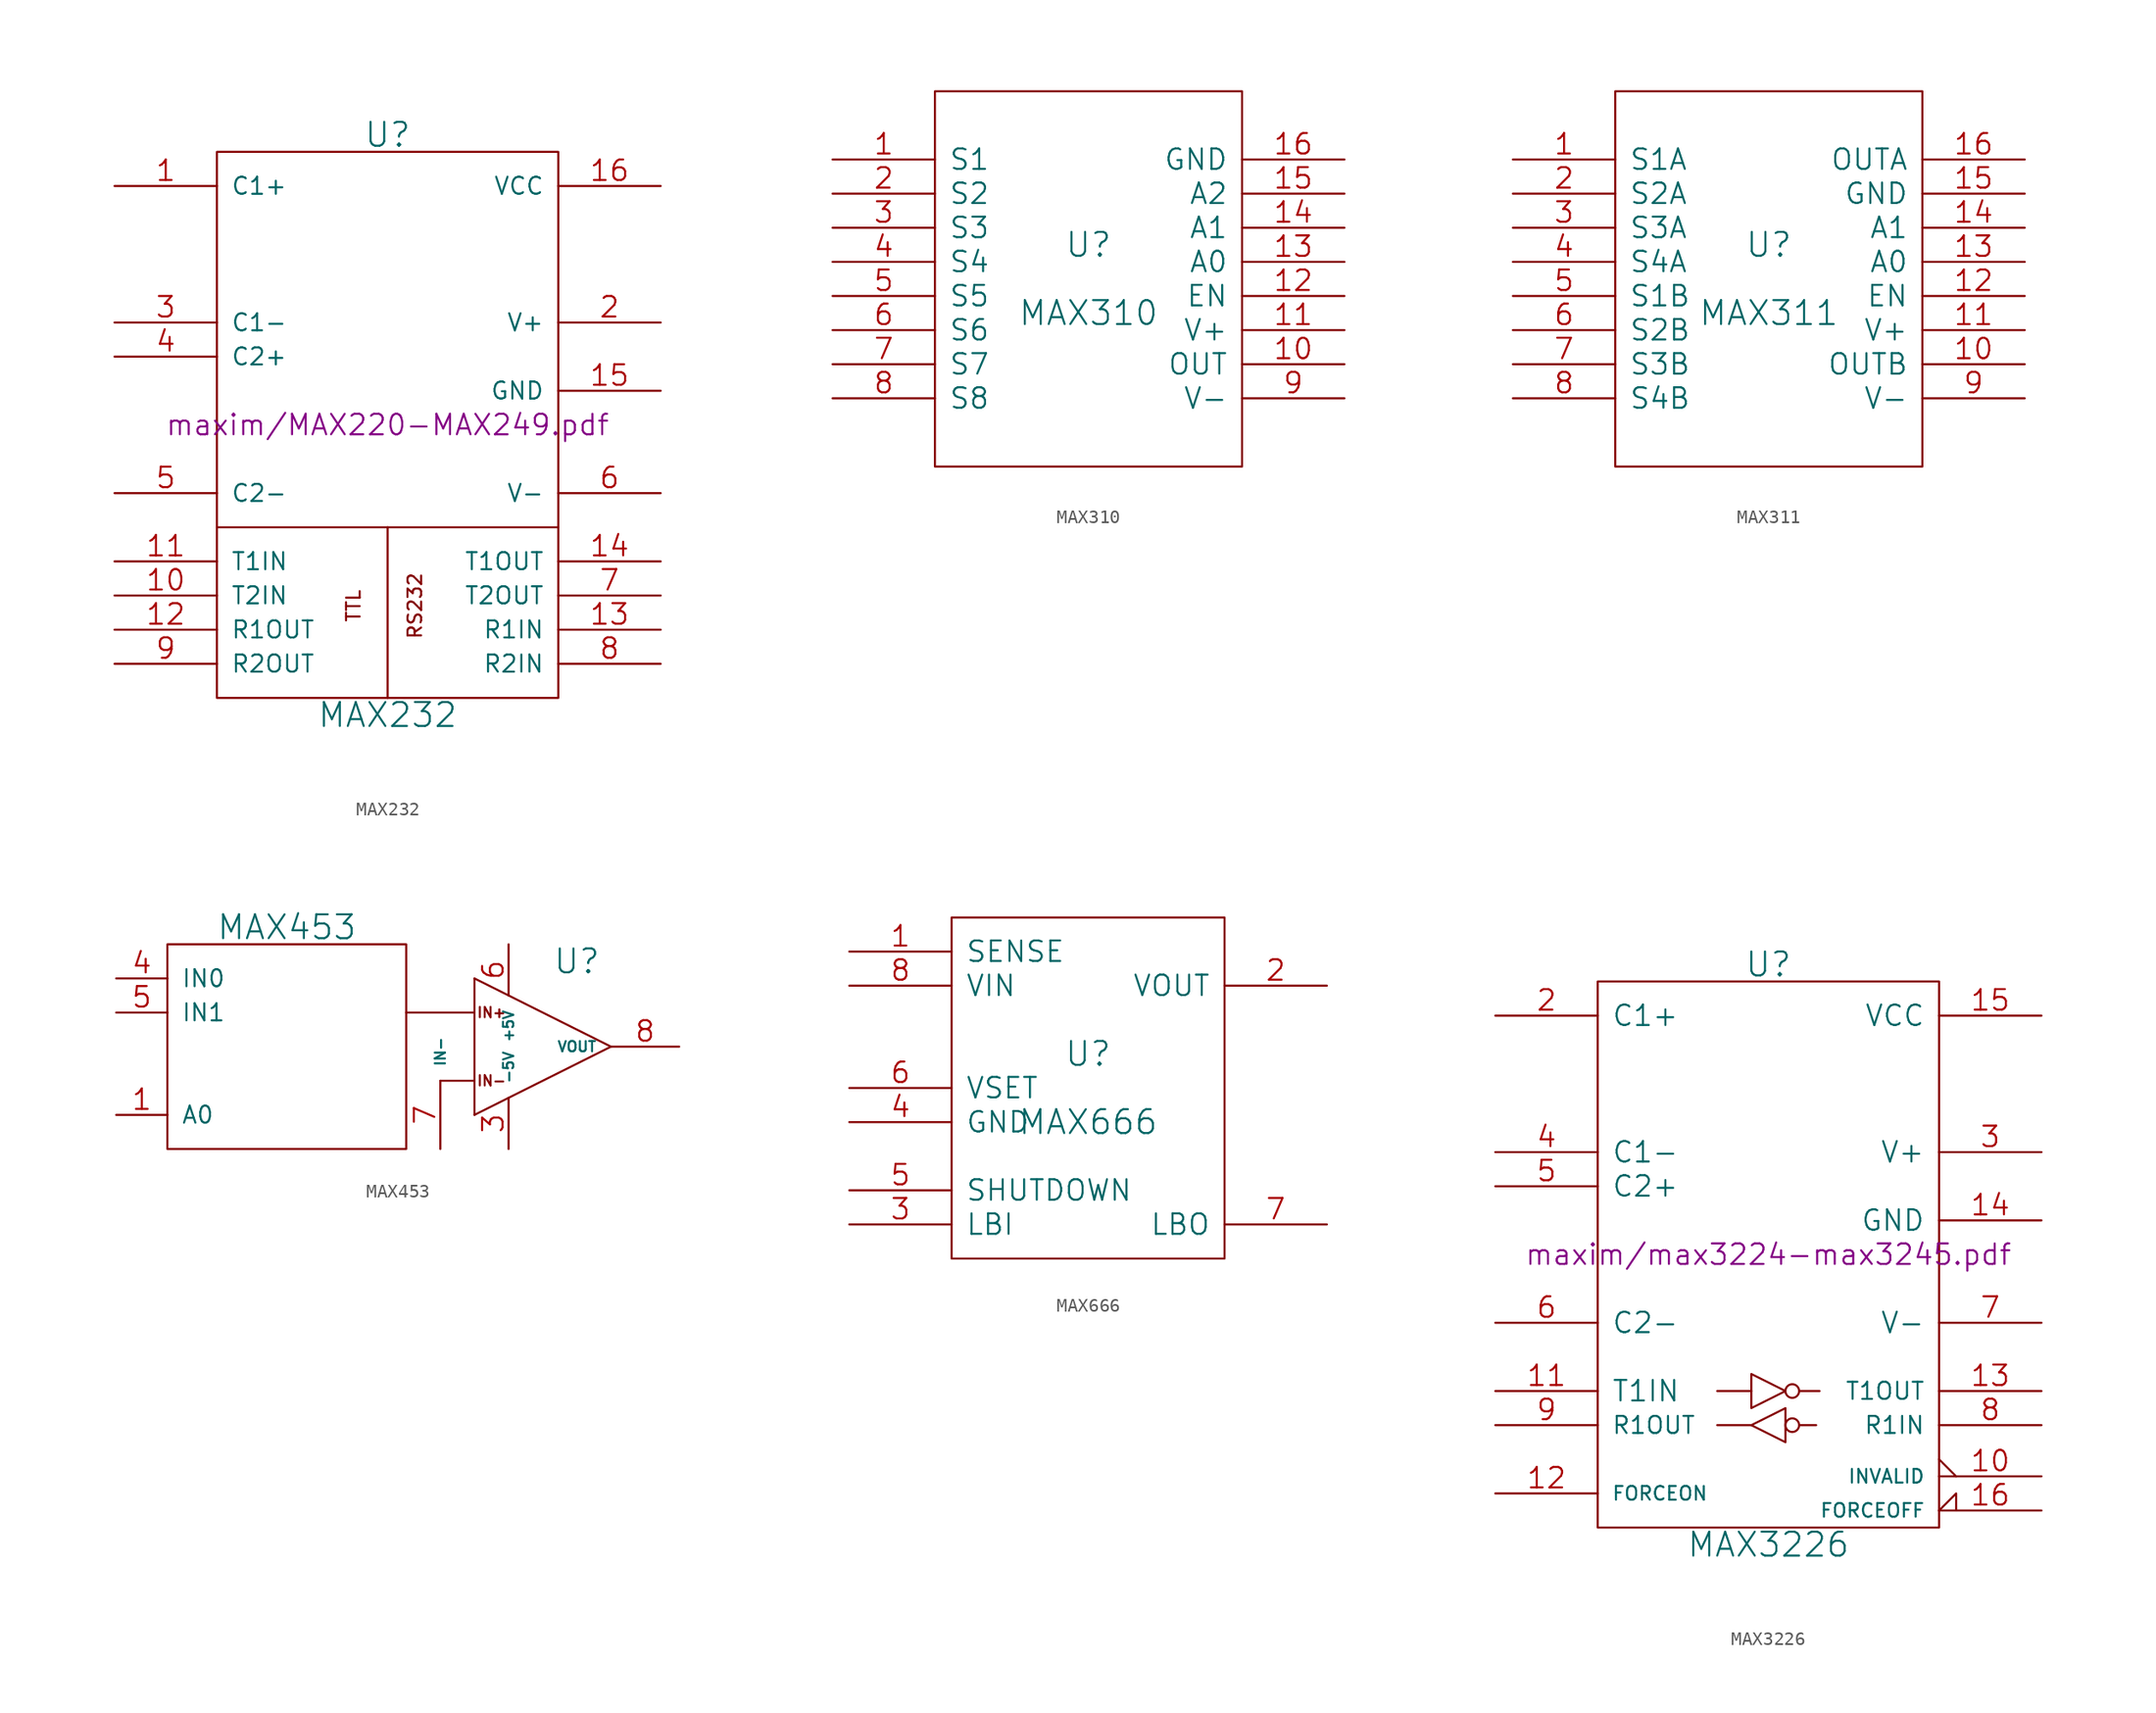
<source format=kicad_sym>
(kicad_symbol_lib
  (version 20211014)
  (generator kicad_symbol_editor)
  (symbol "MAX232"
    (pin_names
      (offset 1.016))
    (property "Reference" "U"
      (at 0 21.59 0)
      (effects (font (size 1.778 1.778))))
    (property "Value" "MAX232"
      (at 0 -21.59 0)
      (effects (font (size 1.778 1.778))))
    (property "Footprint" ""
      (at 0 0 0)
      (effects (font (size 1.524 1.524))))
    (property "Datasheet" "maxim/MAX220-MAX249.pdf"
      (at 0 0 0)
      (effects (font (size 1.524 1.524))))
    (symbol "MAX232_0_0"
      (text "RS232" (at 2.032 -13.462 900) (effects (font (size 1.016 1.016))))
      (text "TTL" (at -2.54 -13.462 900) (effects (font (size 1.016 1.016)))))
    (symbol "MAX232_0_1"
      (rectangle (start -12.7 -20.32) (end 12.7 20.32) (stroke (width 0) (type default) (color 0 0 0 0)) (fill (type none)))
      (polyline (pts (xy -12.7 -7.62) (xy 12.7 -7.62) (xy 12.7 -7.62)) (stroke (width 0) (type default) (color 0 0 0 0)) (fill (type none)))
      (polyline (pts (xy 0 -7.62) (xy 0 -20.32) (xy 0 -20.32)) (stroke (width 0) (type default) (color 0 0 0 0)) (fill (type none))))
    (symbol "MAX232_1_1"
      (pin input line (at -20.32 17.78 0) (length 7.62) (name "C1+" (effects (font (size 1.27 1.27)))) (number "1" (effects (font (size 1.524 1.524)))))
      (pin input line (at -20.32 -12.7 0) (length 7.62) (name "T2IN" (effects (font (size 1.27 1.27)))) (number "10" (effects (font (size 1.524 1.524)))))
      (pin input line (at -20.32 -10.16 0) (length 7.62) (name "T1IN" (effects (font (size 1.27 1.27)))) (number "11" (effects (font (size 1.524 1.524)))))
      (pin output line (at -20.32 -15.24 0) (length 7.62) (name "R1OUT" (effects (font (size 1.27 1.27)))) (number "12" (effects (font (size 1.524 1.524)))))
      (pin input line (at 20.32 -15.24 180) (length 7.62) (name "R1IN" (effects (font (size 1.27 1.27)))) (number "13" (effects (font (size 1.524 1.524)))))
      (pin output line (at 20.32 -10.16 180) (length 7.62) (name "T1OUT" (effects (font (size 1.27 1.27)))) (number "14" (effects (font (size 1.524 1.524)))))
      (pin power_in line (at 20.32 2.54 180) (length 7.62) (name "GND" (effects (font (size 1.27 1.27)))) (number "15" (effects (font (size 1.524 1.524)))))
      (pin power_in line (at 20.32 17.78 180) (length 7.62) (name "VCC" (effects (font (size 1.27 1.27)))) (number "16" (effects (font (size 1.524 1.524)))))
      (pin power_out line (at 20.32 7.62 180) (length 7.62) (name "V+" (effects (font (size 1.27 1.27)))) (number "2" (effects (font (size 1.524 1.524)))))
      (pin input line (at -20.32 7.62 0) (length 7.62) (name "C1-" (effects (font (size 1.27 1.27)))) (number "3" (effects (font (size 1.524 1.524)))))
      (pin input line (at -20.32 5.08 0) (length 7.62) (name "C2+" (effects (font (size 1.27 1.27)))) (number "4" (effects (font (size 1.524 1.524)))))
      (pin input line (at -20.32 -5.08 0) (length 7.62) (name "C2-" (effects (font (size 1.27 1.27)))) (number "5" (effects (font (size 1.524 1.524)))))
      (pin power_out line (at 20.32 -5.08 180) (length 7.62) (name "V-" (effects (font (size 1.27 1.27)))) (number "6" (effects (font (size 1.524 1.524)))))
      (pin output line (at 20.32 -12.7 180) (length 7.62) (name "T2OUT" (effects (font (size 1.27 1.27)))) (number "7" (effects (font (size 1.524 1.524)))))
      (pin input line (at 20.32 -17.78 180) (length 7.62) (name "R2IN" (effects (font (size 1.27 1.27)))) (number "8" (effects (font (size 1.524 1.524)))))
      (pin output line (at -20.32 -17.78 0) (length 7.62) (name "R2OUT" (effects (font (size 1.27 1.27)))) (number "9" (effects (font (size 1.524 1.524)))))))
  (symbol "MAX310"
    (pin_names
      (offset 1.016))
    (property "Reference" "U"
      (at 0 2.54 0)
      (effects (font (size 1.778 1.778))))
    (property "Value" "MAX310"
      (at 0 -2.54 0)
      (effects (font (size 1.778 1.778))))
    (property "Footprint" ""
      (at 0 0 0)
      (effects (font (size 1.524 1.524))))
    (property "Datasheet" ""
      (at 0 0 0)
      (effects (font (size 1.524 1.524))))
    (symbol "MAX310_0_1"
      (rectangle (start -11.43 -13.97) (end 11.43 13.97) (stroke (width 0) (type default) (color 0 0 0 0)) (fill (type none))))
    (symbol "MAX310_1_1"
      (pin input line (at -19.05 8.89 0) (length 7.62) (name "S1" (effects (font (size 1.524 1.524)))) (number "1" (effects (font (size 1.524 1.524)))))
      (pin input line (at 19.05 -6.35 180) (length 7.62) (name "OUT" (effects (font (size 1.524 1.524)))) (number "10" (effects (font (size 1.524 1.524)))))
      (pin input line (at 19.05 -3.81 180) (length 7.62) (name "V+" (effects (font (size 1.524 1.524)))) (number "11" (effects (font (size 1.524 1.524)))))
      (pin input line (at 19.05 -1.27 180) (length 7.62) (name "EN" (effects (font (size 1.524 1.524)))) (number "12" (effects (font (size 1.524 1.524)))))
      (pin input line (at 19.05 1.27 180) (length 7.62) (name "A0" (effects (font (size 1.524 1.524)))) (number "13" (effects (font (size 1.524 1.524)))))
      (pin input line (at 19.05 3.81 180) (length 7.62) (name "A1" (effects (font (size 1.524 1.524)))) (number "14" (effects (font (size 1.524 1.524)))))
      (pin input line (at 19.05 6.35 180) (length 7.62) (name "A2" (effects (font (size 1.524 1.524)))) (number "15" (effects (font (size 1.524 1.524)))))
      (pin input line (at 19.05 8.89 180) (length 7.62) (name "GND" (effects (font (size 1.524 1.524)))) (number "16" (effects (font (size 1.524 1.524)))))
      (pin input line (at -19.05 6.35 0) (length 7.62) (name "S2" (effects (font (size 1.524 1.524)))) (number "2" (effects (font (size 1.524 1.524)))))
      (pin input line (at -19.05 3.81 0) (length 7.62) (name "S3" (effects (font (size 1.524 1.524)))) (number "3" (effects (font (size 1.524 1.524)))))
      (pin input line (at -19.05 1.27 0) (length 7.62) (name "S4" (effects (font (size 1.524 1.524)))) (number "4" (effects (font (size 1.524 1.524)))))
      (pin input line (at -19.05 -1.27 0) (length 7.62) (name "S5" (effects (font (size 1.524 1.524)))) (number "5" (effects (font (size 1.524 1.524)))))
      (pin input line (at -19.05 -3.81 0) (length 7.62) (name "S6" (effects (font (size 1.524 1.524)))) (number "6" (effects (font (size 1.524 1.524)))))
      (pin input line (at -19.05 -6.35 0) (length 7.62) (name "S7" (effects (font (size 1.524 1.524)))) (number "7" (effects (font (size 1.524 1.524)))))
      (pin input line (at -19.05 -8.89 0) (length 7.62) (name "S8" (effects (font (size 1.524 1.524)))) (number "8" (effects (font (size 1.524 1.524)))))
      (pin input line (at 19.05 -8.89 180) (length 7.62) (name "V-" (effects (font (size 1.524 1.524)))) (number "9" (effects (font (size 1.524 1.524)))))))
  (symbol "MAX311"
    (pin_names
      (offset 1.016))
    (property "Reference" "U"
      (at 0 2.54 0)
      (effects (font (size 1.778 1.778))))
    (property "Value" "MAX311"
      (at 0 -2.54 0)
      (effects (font (size 1.778 1.778))))
    (property "Footprint" ""
      (at 0 0 0)
      (effects (font (size 1.524 1.524))))
    (property "Datasheet" ""
      (at 0 0 0)
      (effects (font (size 1.524 1.524))))
    (symbol "MAX311_0_1"
      (rectangle (start -11.43 -13.97) (end 11.43 13.97) (stroke (width 0) (type default) (color 0 0 0 0)) (fill (type none))))
    (symbol "MAX311_1_1"
      (pin input line (at -19.05 8.89 0) (length 7.62) (name "S1A" (effects (font (size 1.524 1.524)))) (number "1" (effects (font (size 1.524 1.524)))))
      (pin input line (at 19.05 -6.35 180) (length 7.62) (name "OUTB" (effects (font (size 1.524 1.524)))) (number "10" (effects (font (size 1.524 1.524)))))
      (pin input line (at 19.05 -3.81 180) (length 7.62) (name "V+" (effects (font (size 1.524 1.524)))) (number "11" (effects (font (size 1.524 1.524)))))
      (pin input line (at 19.05 -1.27 180) (length 7.62) (name "EN" (effects (font (size 1.524 1.524)))) (number "12" (effects (font (size 1.524 1.524)))))
      (pin input line (at 19.05 1.27 180) (length 7.62) (name "A0" (effects (font (size 1.524 1.524)))) (number "13" (effects (font (size 1.524 1.524)))))
      (pin input line (at 19.05 3.81 180) (length 7.62) (name "A1" (effects (font (size 1.524 1.524)))) (number "14" (effects (font (size 1.524 1.524)))))
      (pin input line (at 19.05 6.35 180) (length 7.62) (name "GND" (effects (font (size 1.524 1.524)))) (number "15" (effects (font (size 1.524 1.524)))))
      (pin output line (at 19.05 8.89 180) (length 7.62) (name "OUTA" (effects (font (size 1.524 1.524)))) (number "16" (effects (font (size 1.524 1.524)))))
      (pin input line (at -19.05 6.35 0) (length 7.62) (name "S2A" (effects (font (size 1.524 1.524)))) (number "2" (effects (font (size 1.524 1.524)))))
      (pin input line (at -19.05 3.81 0) (length 7.62) (name "S3A" (effects (font (size 1.524 1.524)))) (number "3" (effects (font (size 1.524 1.524)))))
      (pin input line (at -19.05 1.27 0) (length 7.62) (name "S4A" (effects (font (size 1.524 1.524)))) (number "4" (effects (font (size 1.524 1.524)))))
      (pin input line (at -19.05 -1.27 0) (length 7.62) (name "S1B" (effects (font (size 1.524 1.524)))) (number "5" (effects (font (size 1.524 1.524)))))
      (pin input line (at -19.05 -3.81 0) (length 7.62) (name "S2B" (effects (font (size 1.524 1.524)))) (number "6" (effects (font (size 1.524 1.524)))))
      (pin input line (at -19.05 -6.35 0) (length 7.62) (name "S3B" (effects (font (size 1.524 1.524)))) (number "7" (effects (font (size 1.524 1.524)))))
      (pin input line (at -19.05 -8.89 0) (length 7.62) (name "S4B" (effects (font (size 1.524 1.524)))) (number "8" (effects (font (size 1.524 1.524)))))
      (pin input line (at 19.05 -8.89 180) (length 7.62) (name "V-" (effects (font (size 1.524 1.524)))) (number "9" (effects (font (size 1.524 1.524)))))))
  (symbol "MAX453"
    (pin_names
      (offset 1.016))
    (property "Reference" "U"
      (at 12.7 6.35 0)
      (effects (font (size 1.778 1.778))))
    (property "Value" "MAX453"
      (at -8.89 8.89 0)
      (effects (font (size 1.778 1.778))))
    (property "Footprint" ""
      (at 0 0 0)
      (effects (font (size 1.524 1.524))))
    (property "Datasheet" ""
      (at 0 0 0)
      (effects (font (size 1.524 1.524))))
    (symbol "MAX453_0_1"
      (rectangle (start -17.78 7.62) (end 0 -7.62) (stroke (width 0) (type default) (color 0 0 0 0)) (fill (type none)))
      (polyline (pts (xy 2.54 -2.54) (xy 5.08 -2.54)) (stroke (width 0) (type default) (color 0 0 0 0)) (fill (type none)))
      (polyline (pts (xy 5.08 -5.08) (xy 5.08 5.08)) (stroke (width 0) (type default) (color 0 0 0 0)) (fill (type none)))
      (polyline (pts (xy 5.08 -5.08) (xy 15.24 0)) (stroke (width 0) (type default) (color 0 0 0 0)) (fill (type none)))
      (polyline (pts (xy 5.08 2.54) (xy 0 2.54)) (stroke (width 0) (type default) (color 0 0 0 0)) (fill (type none)))
      (polyline (pts (xy 5.08 5.08) (xy 15.24 0)) (stroke (width 0) (type default) (color 0 0 0 0)) (fill (type none)))
      (text "IN+" (at 6.35 2.54 0) (effects (font (size 0.762 0.762))))
      (text "IN-" (at 6.35 -2.54 0) (effects (font (size 0.762 0.762)))))
    (symbol "MAX453_1_1"
      (pin input line (at -21.59 -5.08 0) (length 3.81) (name "A0" (effects (font (size 1.27 1.27)))) (number "1" (effects (font (size 1.524 1.524)))))
      (pin power_in line (at -8.89 -7.62 90) (length 0) hide (name "GND" (effects (font (size 1.524 1.524)))) (number "2" (effects (font (size 1.524 1.524)))))
      (pin input line (at 7.62 -7.62 90) (length 3.81) (name "-5V" (effects (font (size 0.762 0.762)))) (number "3" (effects (font (size 1.524 1.524)))))
      (pin input line (at -21.59 5.08 0) (length 3.81) (name "IN0" (effects (font (size 1.27 1.27)))) (number "4" (effects (font (size 1.524 1.524)))))
      (pin input line (at -21.59 2.54 0) (length 3.81) (name "IN1" (effects (font (size 1.27 1.27)))) (number "5" (effects (font (size 1.524 1.524)))))
      (pin input line (at 7.62 7.62 270) (length 3.81) (name "+5V" (effects (font (size 0.762 0.762)))) (number "6" (effects (font (size 1.524 1.524)))))
      (pin input line (at 2.54 -7.62 90) (length 5.08) (name "IN-" (effects (font (size 0.762 0.762)))) (number "7" (effects (font (size 1.524 1.524)))))
      (pin output line (at 20.32 0 180) (length 5.08) (name "VOUT" (effects (font (size 0.762 0.762)))) (number "8" (effects (font (size 1.524 1.524)))))))
  (symbol "MAX666"
    (pin_names
      (offset 1.016))
    (property "Reference" "U"
      (at 0 2.54 0)
      (effects (font (size 1.778 1.778))))
    (property "Value" "MAX666"
      (at 0 -2.54 0)
      (effects (font (size 1.778 1.778))))
    (property "Footprint" ""
      (at 0 0 0)
      (effects (font (size 1.524 1.524))))
    (property "Datasheet" ""
      (at 0 0 0)
      (effects (font (size 1.524 1.524))))
    (symbol "MAX666_0_1"
      (rectangle (start -10.16 -12.7) (end 10.16 12.7) (stroke (width 0) (type default) (color 0 0 0 0)) (fill (type none))))
    (symbol "MAX666_1_1"
      (pin input line (at -17.78 10.16 0) (length 7.62) (name "SENSE" (effects (font (size 1.524 1.524)))) (number "1" (effects (font (size 1.524 1.524)))))
      (pin output line (at 17.78 7.62 180) (length 7.62) (name "VOUT" (effects (font (size 1.524 1.524)))) (number "2" (effects (font (size 1.524 1.524)))))
      (pin input line (at -17.78 -10.16 0) (length 7.62) (name "LBI" (effects (font (size 1.524 1.524)))) (number "3" (effects (font (size 1.524 1.524)))))
      (pin input line (at -17.78 -2.54 0) (length 7.62) (name "GND" (effects (font (size 1.524 1.524)))) (number "4" (effects (font (size 1.524 1.524)))))
      (pin input line (at -17.78 -7.62 0) (length 7.62) (name "SHUTDOWN" (effects (font (size 1.524 1.524)))) (number "5" (effects (font (size 1.524 1.524)))))
      (pin input line (at -17.78 0 0) (length 7.62) (name "VSET" (effects (font (size 1.524 1.524)))) (number "6" (effects (font (size 1.524 1.524)))))
      (pin output line (at 17.78 -10.16 180) (length 7.62) (name "LBO" (effects (font (size 1.524 1.524)))) (number "7" (effects (font (size 1.524 1.524)))))
      (pin input line (at -17.78 7.62 0) (length 7.62) (name "VIN" (effects (font (size 1.524 1.524)))) (number "8" (effects (font (size 1.524 1.524)))))))
  (symbol "MAX3226"
    (pin_names
      (offset 1.016))
    (property "Reference" "U"
      (at 0 21.59 0)
      (effects (font (size 1.778 1.778))))
    (property "Value" "MAX3226"
      (at 0 -21.59 0)
      (effects (font (size 1.778 1.778))))
    (property "Footprint" ""
      (at 0 0 0)
      (effects (font (size 1.524 1.524))))
    (property "Datasheet" "maxim/max3224-max3245.pdf"
      (at 0 0 0)
      (effects (font (size 1.524 1.524))))
    (symbol "MAX3226_0_1"
      (rectangle (start -12.7 -20.32) (end 12.7 20.32) (stroke (width 0) (type default) (color 0 0 0 0)) (fill (type none)))
      (polyline (pts (xy -3.81 -12.7) (xy -1.27 -12.7) (xy -1.27 -12.7)) (stroke (width 0) (type default) (color 0 0 0 0)) (fill (type none)))
      (polyline (pts (xy -3.81 -10.16) (xy -1.27 -10.16) (xy -1.27 -10.16)) (stroke (width 0) (type default) (color 0 0 0 0)) (fill (type none)))
      (polyline (pts (xy 2.286 -12.7) (xy 3.556 -12.7) (xy 3.556 -12.7)) (stroke (width 0) (type default) (color 0 0 0 0)) (fill (type none)))
      (polyline (pts (xy 2.286 -10.16) (xy 3.81 -10.16) (xy 3.81 -10.16)) (stroke (width 0) (type default) (color 0 0 0 0)) (fill (type none)))
      (polyline (pts (xy 1.27 -11.43) (xy 1.27 -13.97) (xy -1.27 -12.7) (xy 1.27 -11.43) (xy 1.27 -11.43)) (stroke (width 0) (type default) (color 0 0 0 0)) (fill (type none)))
      (polyline (pts (xy -1.27 -11.43) (xy -1.27 -8.89) (xy 1.27 -10.16) (xy -1.27 -11.43) (xy -1.27 -11.43) (xy -1.27 -11.43)) (stroke (width 0) (type default) (color 0 0 0 0)) (fill (type none)))
      (circle (center 1.778 -12.7) (radius 0.508) (stroke (width 0) (type default) (color 0 0 0 0)) (fill (type none)))
      (circle (center 1.778 -10.16) (radius 0.508) (stroke (width 0) (type default) (color 0 0 0 0)) (fill (type none))))
    (symbol "MAX3226_1_1"
      (pin output output_low (at 20.32 -16.51 180) (length 7.62) (name "INVALID" (effects (font (size 1.016 1.016)))) (number "10" (effects (font (size 1.524 1.524)))))
      (pin input line (at -20.32 -10.16 0) (length 7.62) (name "T1IN" (effects (font (size 1.524 1.524)))) (number "11" (effects (font (size 1.524 1.524)))))
      (pin input line (at -20.32 -17.78 0) (length 7.62) (name "FORCEON" (effects (font (size 1.016 1.016)))) (number "12" (effects (font (size 1.524 1.524)))))
      (pin output line (at 20.32 -10.16 180) (length 7.62) (name "T1OUT" (effects (font (size 1.27 1.27)))) (number "13" (effects (font (size 1.524 1.524)))))
      (pin power_in line (at 20.32 2.54 180) (length 7.62) (name "GND" (effects (font (size 1.524 1.524)))) (number "14" (effects (font (size 1.524 1.524)))))
      (pin power_in line (at 20.32 17.78 180) (length 7.62) (name "VCC" (effects (font (size 1.524 1.524)))) (number "15" (effects (font (size 1.524 1.524)))))
      (pin input input_low (at 20.32 -19.05 180) (length 7.62) (name "FORCEOFF" (effects (font (size 1.016 1.016)))) (number "16" (effects (font (size 1.524 1.524)))))
      (pin passive line (at -20.32 17.78 0) (length 7.62) (name "C1+" (effects (font (size 1.524 1.524)))) (number "2" (effects (font (size 1.524 1.524)))))
      (pin passive line (at 20.32 7.62 180) (length 7.62) (name "V+" (effects (font (size 1.524 1.524)))) (number "3" (effects (font (size 1.524 1.524)))))
      (pin passive line (at -20.32 7.62 0) (length 7.62) (name "C1-" (effects (font (size 1.524 1.524)))) (number "4" (effects (font (size 1.524 1.524)))))
      (pin passive line (at -20.32 5.08 0) (length 7.62) (name "C2+" (effects (font (size 1.524 1.524)))) (number "5" (effects (font (size 1.524 1.524)))))
      (pin passive line (at -20.32 -5.08 0) (length 7.62) (name "C2-" (effects (font (size 1.524 1.524)))) (number "6" (effects (font (size 1.524 1.524)))))
      (pin passive line (at 20.32 -5.08 180) (length 7.62) (name "V-" (effects (font (size 1.524 1.524)))) (number "7" (effects (font (size 1.524 1.524)))))
      (pin input line (at 20.32 -12.7 180) (length 7.62) (name "R1IN" (effects (font (size 1.27 1.27)))) (number "8" (effects (font (size 1.524 1.524)))))
      (pin output line (at -20.32 -12.7 0) (length 7.62) (name "R1OUT" (effects (font (size 1.27 1.27)))) (number "9" (effects (font (size 1.524 1.524))))))))
</source>
